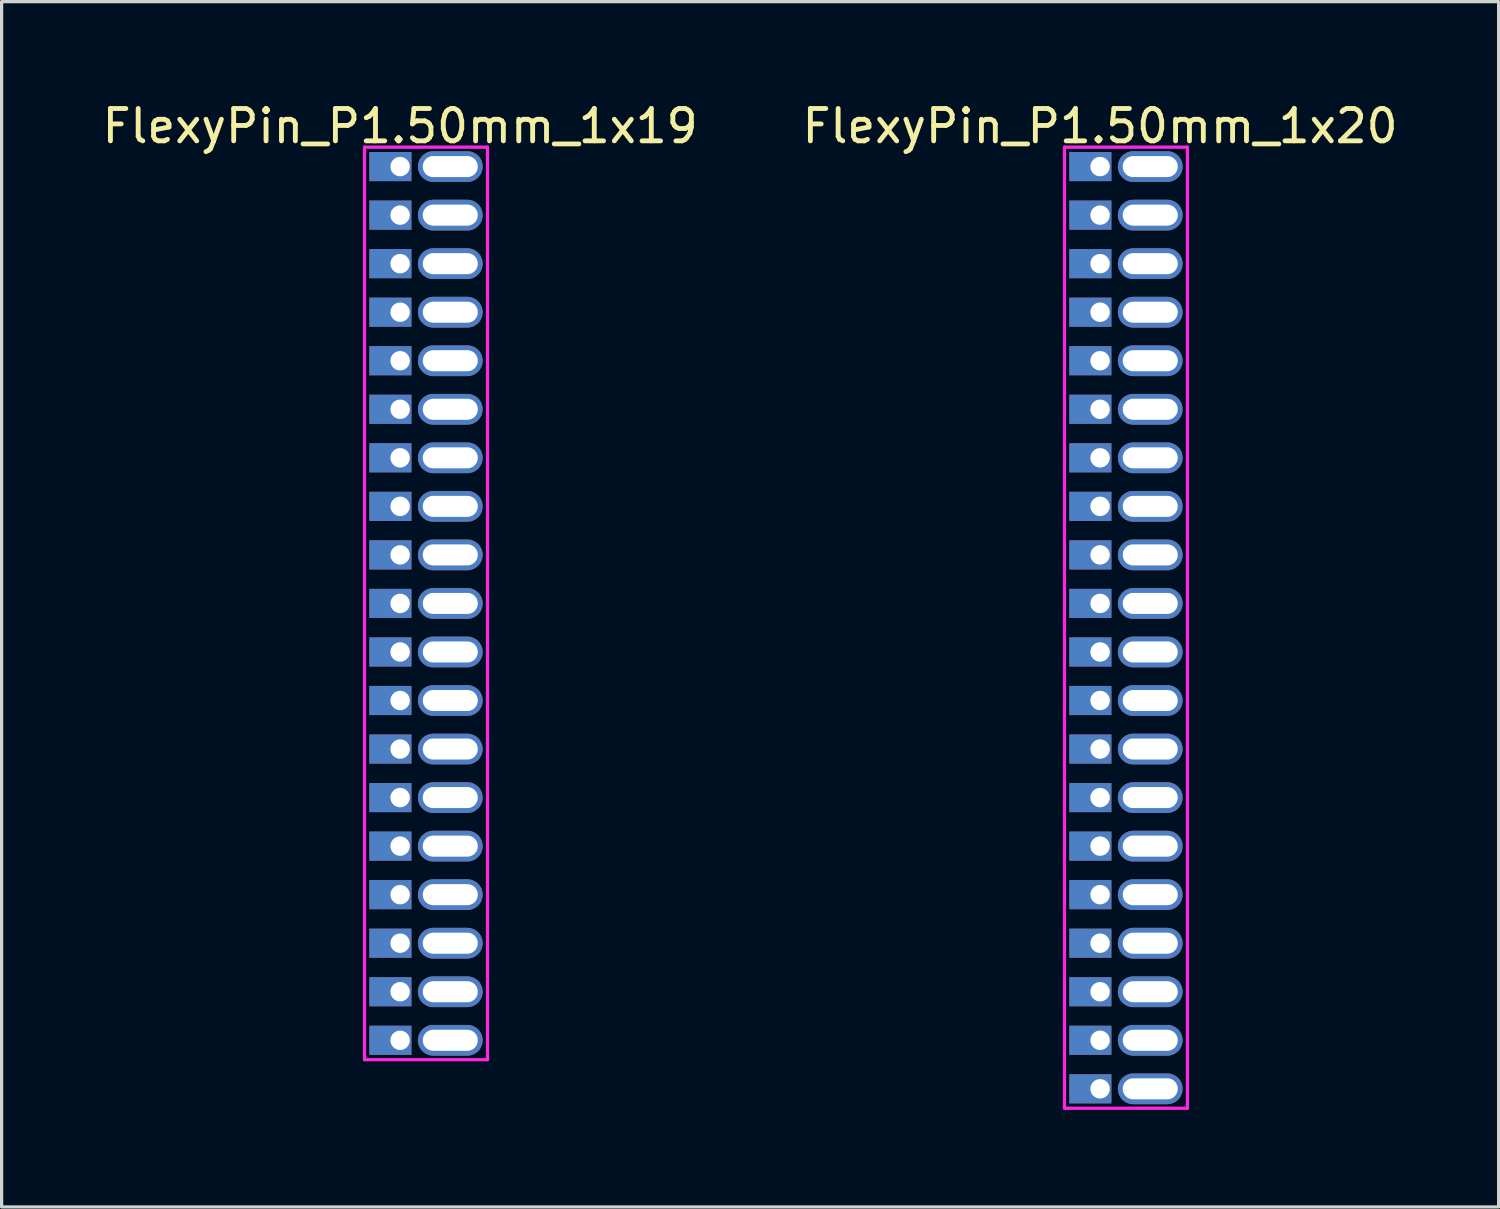
<source format=kicad_pcb>
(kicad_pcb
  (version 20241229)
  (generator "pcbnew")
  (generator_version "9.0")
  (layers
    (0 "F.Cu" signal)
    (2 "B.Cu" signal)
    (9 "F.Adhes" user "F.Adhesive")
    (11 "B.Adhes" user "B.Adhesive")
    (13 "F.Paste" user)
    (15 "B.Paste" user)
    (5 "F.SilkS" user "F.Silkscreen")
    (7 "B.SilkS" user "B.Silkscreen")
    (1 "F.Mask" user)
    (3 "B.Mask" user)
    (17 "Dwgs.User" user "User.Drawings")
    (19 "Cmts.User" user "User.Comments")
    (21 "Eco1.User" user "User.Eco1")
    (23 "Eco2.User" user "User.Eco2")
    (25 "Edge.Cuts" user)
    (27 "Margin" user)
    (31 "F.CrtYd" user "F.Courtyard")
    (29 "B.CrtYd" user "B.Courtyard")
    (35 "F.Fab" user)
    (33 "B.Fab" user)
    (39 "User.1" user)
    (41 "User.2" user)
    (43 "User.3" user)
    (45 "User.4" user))
  (footprint "FlexyPin_P1.50mm_1x20"
    (layer "F.Cu")
    (at 30.946 2.098)
    (property "Reference" "FlexyPin_P1.50mm_1x20" (at 0 -1.25 0) (layer "F.SilkS") (effects (font (size 1 1) (thickness 0.15))))
    (attr through_hole)
    (fp_line (start -1.1 -0.6) (end 2.7 -0.6) (stroke (width 0.1) (type solid)) (layer "F.CrtYd"))
    (fp_line (start -1.1 29.1) (end -1.1 -0.6) (stroke (width 0.1) (type solid)) (layer "F.CrtYd"))
    (fp_line (start 2.7 -0.6) (end 2.7 29.1) (stroke (width 0.1) (type solid)) (layer "F.CrtYd"))
    (fp_line (start 2.7 29.1) (end -1.1 29.1) (stroke (width 0.1) (type solid)) (layer "F.CrtYd"))
    (pad "" thru_hole oval (at 1.55 0) (size 2 0.95) (drill oval 1.7 0.65) (layers "*.Cu" "*.Mask"))
    (pad "" thru_hole oval (at 1.55 1.5) (size 2 0.95) (drill oval 1.7 0.65) (layers "*.Cu" "*.Mask"))
    (pad "" thru_hole oval (at 1.55 3) (size 2 0.95) (drill oval 1.7 0.65) (layers "*.Cu" "*.Mask"))
    (pad "" thru_hole oval (at 1.55 4.5) (size 2 0.95) (drill oval 1.7 0.65) (layers "*.Cu" "*.Mask"))
    (pad "" thru_hole oval (at 1.55 6) (size 2 0.95) (drill oval 1.7 0.65) (layers "*.Cu" "*.Mask"))
    (pad "" thru_hole oval (at 1.55 7.5) (size 2 0.95) (drill oval 1.7 0.65) (layers "*.Cu" "*.Mask"))
    (pad "" thru_hole oval (at 1.55 9) (size 2 0.95) (drill oval 1.7 0.65) (layers "*.Cu" "*.Mask"))
    (pad "" thru_hole oval (at 1.55 10.5) (size 2 0.95) (drill oval 1.7 0.65) (layers "*.Cu" "*.Mask"))
    (pad "" thru_hole oval (at 1.55 12) (size 2 0.95) (drill oval 1.7 0.65) (layers "*.Cu" "*.Mask"))
    (pad "" thru_hole oval (at 1.55 13.5) (size 2 0.95) (drill oval 1.7 0.65) (layers "*.Cu" "*.Mask"))
    (pad "" thru_hole oval (at 1.55 15) (size 2 0.95) (drill oval 1.7 0.65) (layers "*.Cu" "*.Mask"))
    (pad "" thru_hole oval (at 1.55 16.5) (size 2 0.95) (drill oval 1.7 0.65) (layers "*.Cu" "*.Mask"))
    (pad "" thru_hole oval (at 1.55 18) (size 2 0.95) (drill oval 1.7 0.65) (layers "*.Cu" "*.Mask"))
    (pad "" thru_hole oval (at 1.55 19.5) (size 2 0.95) (drill oval 1.7 0.65) (layers "*.Cu" "*.Mask"))
    (pad "" thru_hole oval (at 1.55 21) (size 2 0.95) (drill oval 1.7 0.65) (layers "*.Cu" "*.Mask"))
    (pad "" thru_hole oval (at 1.55 22.5) (size 2 0.95) (drill oval 1.7 0.65) (layers "*.Cu" "*.Mask"))
    (pad "" thru_hole oval (at 1.55 24) (size 2 0.95) (drill oval 1.7 0.65) (layers "*.Cu" "*.Mask"))
    (pad "" thru_hole oval (at 1.55 25.5) (size 2 0.95) (drill oval 1.7 0.65) (layers "*.Cu" "*.Mask"))
    (pad "" thru_hole oval (at 1.55 27) (size 2 0.95) (drill oval 1.7 0.65) (layers "*.Cu" "*.Mask"))
    (pad "" thru_hole oval (at 1.55 28.5) (size 2 0.95) (drill oval 1.7 0.65) (layers "*.Cu" "*.Mask"))
    (pad "1" thru_hole rect (at 0 0) (size 1.3 0.9) (drill 0.6 (offset -0.3 0)) (layers "*.Cu" "*.Mask"))
    (pad "2" thru_hole rect (at 0 1.5) (size 1.3 0.9) (drill 0.6 (offset -0.3 0)) (layers "*.Cu" "*.Mask"))
    (pad "3" thru_hole rect (at 0 3) (size 1.3 0.9) (drill 0.6 (offset -0.3 0)) (layers "*.Cu" "*.Mask"))
    (pad "4" thru_hole rect (at 0 4.5) (size 1.3 0.9) (drill 0.6 (offset -0.3 0)) (layers "*.Cu" "*.Mask"))
    (pad "5" thru_hole rect (at 0 6) (size 1.3 0.9) (drill 0.6 (offset -0.3 0)) (layers "*.Cu" "*.Mask"))
    (pad "6" thru_hole rect (at 0 7.5) (size 1.3 0.9) (drill 0.6 (offset -0.3 0)) (layers "*.Cu" "*.Mask"))
    (pad "7" thru_hole rect (at 0 9) (size 1.3 0.9) (drill 0.6 (offset -0.3 0)) (layers "*.Cu" "*.Mask"))
    (pad "8" thru_hole rect (at 0 10.5) (size 1.3 0.9) (drill 0.6 (offset -0.3 0)) (layers "*.Cu" "*.Mask"))
    (pad "9" thru_hole rect (at 0 12) (size 1.3 0.9) (drill 0.6 (offset -0.3 0)) (layers "*.Cu" "*.Mask"))
    (pad "10" thru_hole rect (at 0 13.5) (size 1.3 0.9) (drill 0.6 (offset -0.3 0)) (layers "*.Cu" "*.Mask"))
    (pad "11" thru_hole rect (at 0 15) (size 1.3 0.9) (drill 0.6 (offset -0.3 0)) (layers "*.Cu" "*.Mask"))
    (pad "12" thru_hole rect (at 0 16.5) (size 1.3 0.9) (drill 0.6 (offset -0.3 0)) (layers "*.Cu" "*.Mask"))
    (pad "13" thru_hole rect (at 0 18) (size 1.3 0.9) (drill 0.6 (offset -0.3 0)) (layers "*.Cu" "*.Mask"))
    (pad "14" thru_hole rect (at 0 19.5) (size 1.3 0.9) (drill 0.6 (offset -0.3 0)) (layers "*.Cu" "*.Mask"))
    (pad "15" thru_hole rect (at 0 21) (size 1.3 0.9) (drill 0.6 (offset -0.3 0)) (layers "*.Cu" "*.Mask"))
    (pad "16" thru_hole rect (at 0 22.5) (size 1.3 0.9) (drill 0.6 (offset -0.3 0)) (layers "*.Cu" "*.Mask"))
    (pad "17" thru_hole rect (at 0 24) (size 1.3 0.9) (drill 0.6 (offset -0.3 0)) (layers "*.Cu" "*.Mask"))
    (pad "18" thru_hole rect (at 0 25.5) (size 1.3 0.9) (drill 0.6 (offset -0.3 0)) (layers "*.Cu" "*.Mask"))
    (pad "19" thru_hole rect (at 0 27) (size 1.3 0.9) (drill 0.6 (offset -0.3 0)) (layers "*.Cu" "*.Mask"))
    (pad "20" thru_hole rect (at 0 28.5) (size 1.3 0.9) (drill 0.6 (offset -0.3 0)) (layers "*.Cu" "*.Mask")))
  (footprint "FlexyPin_P1.50mm_1x19"
    (layer "F.Cu")
    (at 9.315 2.098)
    (property "Reference" "FlexyPin_P1.50mm_1x19" (at 0 -1.25 0) (layer "F.SilkS") (effects (font (size 1 1) (thickness 0.15))))
    (attr through_hole)
    (fp_line (start -1.1 -0.6) (end 2.7 -0.6) (stroke (width 0.1) (type solid)) (layer "F.CrtYd"))
    (fp_line (start -1.1 27.6) (end -1.1 -0.6) (stroke (width 0.1) (type solid)) (layer "F.CrtYd"))
    (fp_line (start 2.7 -0.6) (end 2.7 27.6) (stroke (width 0.1) (type solid)) (layer "F.CrtYd"))
    (fp_line (start 2.7 27.6) (end -1.1 27.6) (stroke (width 0.1) (type solid)) (layer "F.CrtYd"))
    (pad "" thru_hole oval (at 1.55 0) (size 2 0.95) (drill oval 1.7 0.65) (layers "*.Cu" "*.Mask"))
    (pad "" thru_hole oval (at 1.55 1.5) (size 2 0.95) (drill oval 1.7 0.65) (layers "*.Cu" "*.Mask"))
    (pad "" thru_hole oval (at 1.55 3) (size 2 0.95) (drill oval 1.7 0.65) (layers "*.Cu" "*.Mask"))
    (pad "" thru_hole oval (at 1.55 4.5) (size 2 0.95) (drill oval 1.7 0.65) (layers "*.Cu" "*.Mask"))
    (pad "" thru_hole oval (at 1.55 6) (size 2 0.95) (drill oval 1.7 0.65) (layers "*.Cu" "*.Mask"))
    (pad "" thru_hole oval (at 1.55 7.5) (size 2 0.95) (drill oval 1.7 0.65) (layers "*.Cu" "*.Mask"))
    (pad "" thru_hole oval (at 1.55 9) (size 2 0.95) (drill oval 1.7 0.65) (layers "*.Cu" "*.Mask"))
    (pad "" thru_hole oval (at 1.55 10.5) (size 2 0.95) (drill oval 1.7 0.65) (layers "*.Cu" "*.Mask"))
    (pad "" thru_hole oval (at 1.55 12) (size 2 0.95) (drill oval 1.7 0.65) (layers "*.Cu" "*.Mask"))
    (pad "" thru_hole oval (at 1.55 13.5) (size 2 0.95) (drill oval 1.7 0.65) (layers "*.Cu" "*.Mask"))
    (pad "" thru_hole oval (at 1.55 15) (size 2 0.95) (drill oval 1.7 0.65) (layers "*.Cu" "*.Mask"))
    (pad "" thru_hole oval (at 1.55 16.5) (size 2 0.95) (drill oval 1.7 0.65) (layers "*.Cu" "*.Mask"))
    (pad "" thru_hole oval (at 1.55 18) (size 2 0.95) (drill oval 1.7 0.65) (layers "*.Cu" "*.Mask"))
    (pad "" thru_hole oval (at 1.55 19.5) (size 2 0.95) (drill oval 1.7 0.65) (layers "*.Cu" "*.Mask"))
    (pad "" thru_hole oval (at 1.55 21) (size 2 0.95) (drill oval 1.7 0.65) (layers "*.Cu" "*.Mask"))
    (pad "" thru_hole oval (at 1.55 22.5) (size 2 0.95) (drill oval 1.7 0.65) (layers "*.Cu" "*.Mask"))
    (pad "" thru_hole oval (at 1.55 24) (size 2 0.95) (drill oval 1.7 0.65) (layers "*.Cu" "*.Mask"))
    (pad "" thru_hole oval (at 1.55 25.5) (size 2 0.95) (drill oval 1.7 0.65) (layers "*.Cu" "*.Mask"))
    (pad "" thru_hole oval (at 1.55 27) (size 2 0.95) (drill oval 1.7 0.65) (layers "*.Cu" "*.Mask"))
    (pad "1" thru_hole rect (at 0 0) (size 1.3 0.9) (drill 0.6 (offset -0.3 0)) (layers "*.Cu" "*.Mask"))
    (pad "2" thru_hole rect (at 0 1.5) (size 1.3 0.9) (drill 0.6 (offset -0.3 0)) (layers "*.Cu" "*.Mask"))
    (pad "3" thru_hole rect (at 0 3) (size 1.3 0.9) (drill 0.6 (offset -0.3 0)) (layers "*.Cu" "*.Mask"))
    (pad "4" thru_hole rect (at 0 4.5) (size 1.3 0.9) (drill 0.6 (offset -0.3 0)) (layers "*.Cu" "*.Mask"))
    (pad "5" thru_hole rect (at 0 6) (size 1.3 0.9) (drill 0.6 (offset -0.3 0)) (layers "*.Cu" "*.Mask"))
    (pad "6" thru_hole rect (at 0 7.5) (size 1.3 0.9) (drill 0.6 (offset -0.3 0)) (layers "*.Cu" "*.Mask"))
    (pad "7" thru_hole rect (at 0 9) (size 1.3 0.9) (drill 0.6 (offset -0.3 0)) (layers "*.Cu" "*.Mask"))
    (pad "8" thru_hole rect (at 0 10.5) (size 1.3 0.9) (drill 0.6 (offset -0.3 0)) (layers "*.Cu" "*.Mask"))
    (pad "9" thru_hole rect (at 0 12) (size 1.3 0.9) (drill 0.6 (offset -0.3 0)) (layers "*.Cu" "*.Mask"))
    (pad "10" thru_hole rect (at 0 13.5) (size 1.3 0.9) (drill 0.6 (offset -0.3 0)) (layers "*.Cu" "*.Mask"))
    (pad "11" thru_hole rect (at 0 15) (size 1.3 0.9) (drill 0.6 (offset -0.3 0)) (layers "*.Cu" "*.Mask"))
    (pad "12" thru_hole rect (at 0 16.5) (size 1.3 0.9) (drill 0.6 (offset -0.3 0)) (layers "*.Cu" "*.Mask"))
    (pad "13" thru_hole rect (at 0 18) (size 1.3 0.9) (drill 0.6 (offset -0.3 0)) (layers "*.Cu" "*.Mask"))
    (pad "14" thru_hole rect (at 0 19.5) (size 1.3 0.9) (drill 0.6 (offset -0.3 0)) (layers "*.Cu" "*.Mask"))
    (pad "15" thru_hole rect (at 0 21) (size 1.3 0.9) (drill 0.6 (offset -0.3 0)) (layers "*.Cu" "*.Mask"))
    (pad "16" thru_hole rect (at 0 22.5) (size 1.3 0.9) (drill 0.6 (offset -0.3 0)) (layers "*.Cu" "*.Mask"))
    (pad "17" thru_hole rect (at 0 24) (size 1.3 0.9) (drill 0.6 (offset -0.3 0)) (layers "*.Cu" "*.Mask"))
    (pad "18" thru_hole rect (at 0 25.5) (size 1.3 0.9) (drill 0.6 (offset -0.3 0)) (layers "*.Cu" "*.Mask"))
    (pad "19" thru_hole rect (at 0 27) (size 1.3 0.9) (drill 0.6 (offset -0.3 0)) (layers "*.Cu" "*.Mask")))
  (gr_rect
    (start -3 -3)
    (end 43.262 34.248)
    (stroke (width 0.1) (type default))
    (fill no)
    (layer "Edge.Cuts")))
</source>
